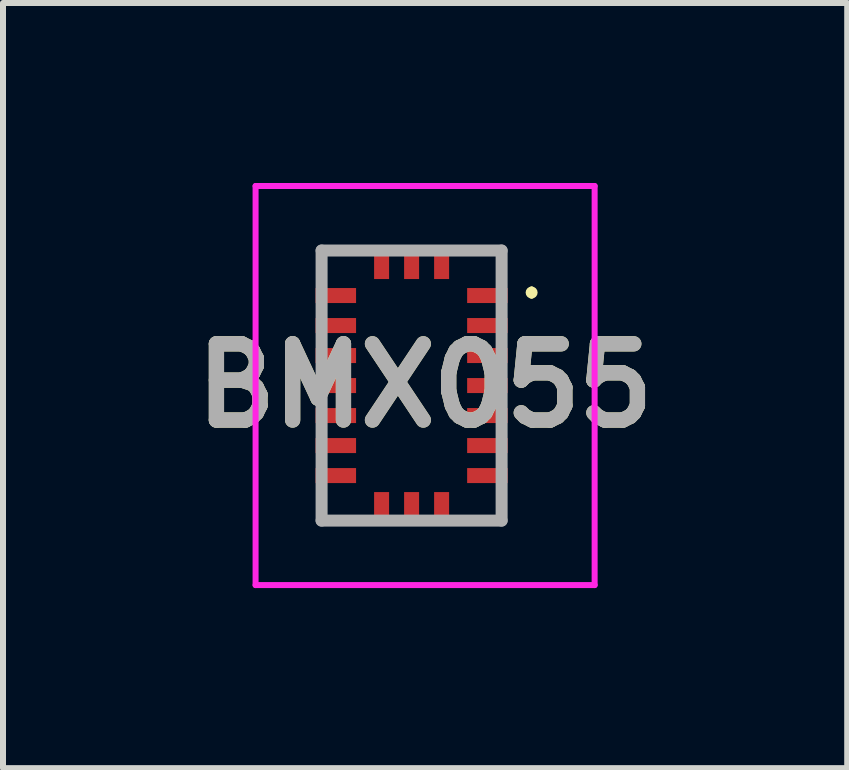
<source format=kicad_pcb>
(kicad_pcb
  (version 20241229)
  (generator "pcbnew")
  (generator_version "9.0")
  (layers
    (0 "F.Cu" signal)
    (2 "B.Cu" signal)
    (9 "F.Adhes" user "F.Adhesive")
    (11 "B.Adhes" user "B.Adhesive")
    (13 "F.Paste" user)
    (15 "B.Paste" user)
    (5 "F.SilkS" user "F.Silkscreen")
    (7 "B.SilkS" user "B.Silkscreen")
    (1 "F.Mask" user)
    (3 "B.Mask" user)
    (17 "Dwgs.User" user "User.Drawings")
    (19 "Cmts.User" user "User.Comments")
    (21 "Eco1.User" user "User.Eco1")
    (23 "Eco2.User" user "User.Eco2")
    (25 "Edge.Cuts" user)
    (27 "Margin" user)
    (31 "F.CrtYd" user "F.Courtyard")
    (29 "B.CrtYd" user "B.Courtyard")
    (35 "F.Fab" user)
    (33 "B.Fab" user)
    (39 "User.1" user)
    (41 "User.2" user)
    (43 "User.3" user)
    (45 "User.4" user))
  (footprint "BMX055"
    (layer "F.Cu")
    (at 3.809 3.375)
    (property "Reference" "BMX055" (at 0.225 0 0) (layer "F.SilkS") (effects (font (size 1.27 1.27) (thickness 0.254))))
    (attr smd)
    (fp_line (start -1.5 -2.25) (end -1.5 -2) (stroke (width 0.1) (type solid)) (layer "F.SilkS"))
    (fp_line (start -1.5 2) (end -1.5 2.25) (stroke (width 0.1) (type solid)) (layer "F.SilkS"))
    (fp_line (start -1.5 2.25) (end -1 2.25) (stroke (width 0.1) (type solid)) (layer "F.SilkS"))
    (fp_line (start -1 -2.25) (end -1.5 -2.25) (stroke (width 0.1) (type solid)) (layer "F.SilkS"))
    (fp_line (start 1 -2.25) (end 1.5 -2.25) (stroke (width 0.1) (type solid)) (layer "F.SilkS"))
    (fp_line (start 1 2.25) (end 1.5 2.25) (stroke (width 0.1) (type solid)) (layer "F.SilkS"))
    (fp_line (start 1.5 -2.25) (end 1.5 -2) (stroke (width 0.1) (type solid)) (layer "F.SilkS"))
    (fp_line (start 1.5 2.25) (end 1.5 2) (stroke (width 0.1) (type solid)) (layer "F.SilkS"))
    (fp_line (start 2 -1.6) (end 2 -1.6) (stroke (width 0.1) (type solid)) (layer "F.SilkS"))
    (fp_line (start 2 -1.5) (end 2 -1.5) (stroke (width 0.1) (type solid)) (layer "F.SilkS"))
    (fp_arc (start 2 -1.6) (mid 2.05 -1.55) (end 2 -1.5) (stroke (width 0.1) (type solid)) (layer "F.SilkS"))
    (fp_arc (start 2 -1.5) (mid 1.95 -1.55) (end 2 -1.6) (stroke (width 0.1) (type solid)) (layer "F.SilkS"))
    (fp_line (start -2.6 -3.325) (end 3.05 -3.325) (stroke (width 0.1) (type solid)) (layer "F.CrtYd"))
    (fp_line (start -2.6 3.325) (end -2.6 -3.325) (stroke (width 0.1) (type solid)) (layer "F.CrtYd"))
    (fp_line (start 3.05 -3.325) (end 3.05 3.325) (stroke (width 0.1) (type solid)) (layer "F.CrtYd"))
    (fp_line (start 3.05 3.325) (end -2.6 3.325) (stroke (width 0.1) (type solid)) (layer "F.CrtYd"))
    (fp_line (start -1.5 -2.25) (end 1.5 -2.25) (stroke (width 0.2) (type solid)) (layer "F.Fab"))
    (fp_line (start -1.5 2.25) (end -1.5 -2.25) (stroke (width 0.2) (type solid)) (layer "F.Fab"))
    (fp_line (start 1.5 -2.25) (end 1.5 2.25) (stroke (width 0.2) (type solid)) (layer "F.Fab"))
    (fp_line (start 1.5 2.25) (end -1.5 2.25) (stroke (width 0.2) (type solid)) (layer "F.Fab"))
    (fp_text user "${REFERENCE}" (at 0.225 0 0) (layer "F.Fab") (effects (font (size 1.27 1.27) (thickness 0.254))))
    (pad "1" smd rect (at 1.263 -1.5 90) (size 0.25 0.675) (layers "F.Cu" "F.Mask" "F.Paste"))
    (pad "2" smd rect (at 1.263 -1 90) (size 0.25 0.675) (layers "F.Cu" "F.Mask" "F.Paste"))
    (pad "3" smd rect (at 1.263 -0.5 90) (size 0.25 0.675) (layers "F.Cu" "F.Mask" "F.Paste"))
    (pad "4" smd rect (at 1.263 0 90) (size 0.25 0.675) (layers "F.Cu" "F.Mask" "F.Paste"))
    (pad "5" smd rect (at 1.263 0.5 90) (size 0.25 0.675) (layers "F.Cu" "F.Mask" "F.Paste"))
    (pad "6" smd rect (at 1.263 1 90) (size 0.25 0.675) (layers "F.Cu" "F.Mask" "F.Paste"))
    (pad "7" smd rect (at 1.263 1.5 90) (size 0.25 0.675) (layers "F.Cu" "F.Mask" "F.Paste"))
    (pad "8" smd rect (at 0.5 2.05) (size 0.25 0.55) (layers "F.Cu" "F.Mask" "F.Paste"))
    (pad "9" smd rect (at 0 2.05) (size 0.25 0.55) (layers "F.Cu" "F.Mask" "F.Paste"))
    (pad "10" smd rect (at -0.5 2.05) (size 0.25 0.55) (layers "F.Cu" "F.Mask" "F.Paste"))
    (pad "11" smd rect (at -1.263 1.5 90) (size 0.25 0.675) (layers "F.Cu" "F.Mask" "F.Paste"))
    (pad "12" smd rect (at -1.263 1 90) (size 0.25 0.675) (layers "F.Cu" "F.Mask" "F.Paste"))
    (pad "13" smd rect (at -1.263 0.5 90) (size 0.25 0.675) (layers "F.Cu" "F.Mask" "F.Paste"))
    (pad "14" smd rect (at -1.263 0 90) (size 0.25 0.675) (layers "F.Cu" "F.Mask" "F.Paste"))
    (pad "15" smd rect (at -1.263 -0.5 90) (size 0.25 0.675) (layers "F.Cu" "F.Mask" "F.Paste"))
    (pad "16" smd rect (at -1.263 -1 90) (size 0.25 0.675) (layers "F.Cu" "F.Mask" "F.Paste"))
    (pad "17" smd rect (at -1.263 -1.5 90) (size 0.25 0.675) (layers "F.Cu" "F.Mask" "F.Paste"))
    (pad "18" smd rect (at -0.5 -2.05) (size 0.25 0.55) (layers "F.Cu" "F.Mask" "F.Paste"))
    (pad "19" smd rect (at 0 -2.05) (size 0.25 0.55) (layers "F.Cu" "F.Mask" "F.Paste"))
    (pad "20" smd rect (at 0.5 -2.05) (size 0.25 0.55) (layers "F.Cu" "F.Mask" "F.Paste")))
  (gr_rect
    (start -3 -3)
    (end 11.068 9.75)
    (stroke (width 0.1) (type default))
    (fill no)
    (layer "Edge.Cuts")))
</source>
